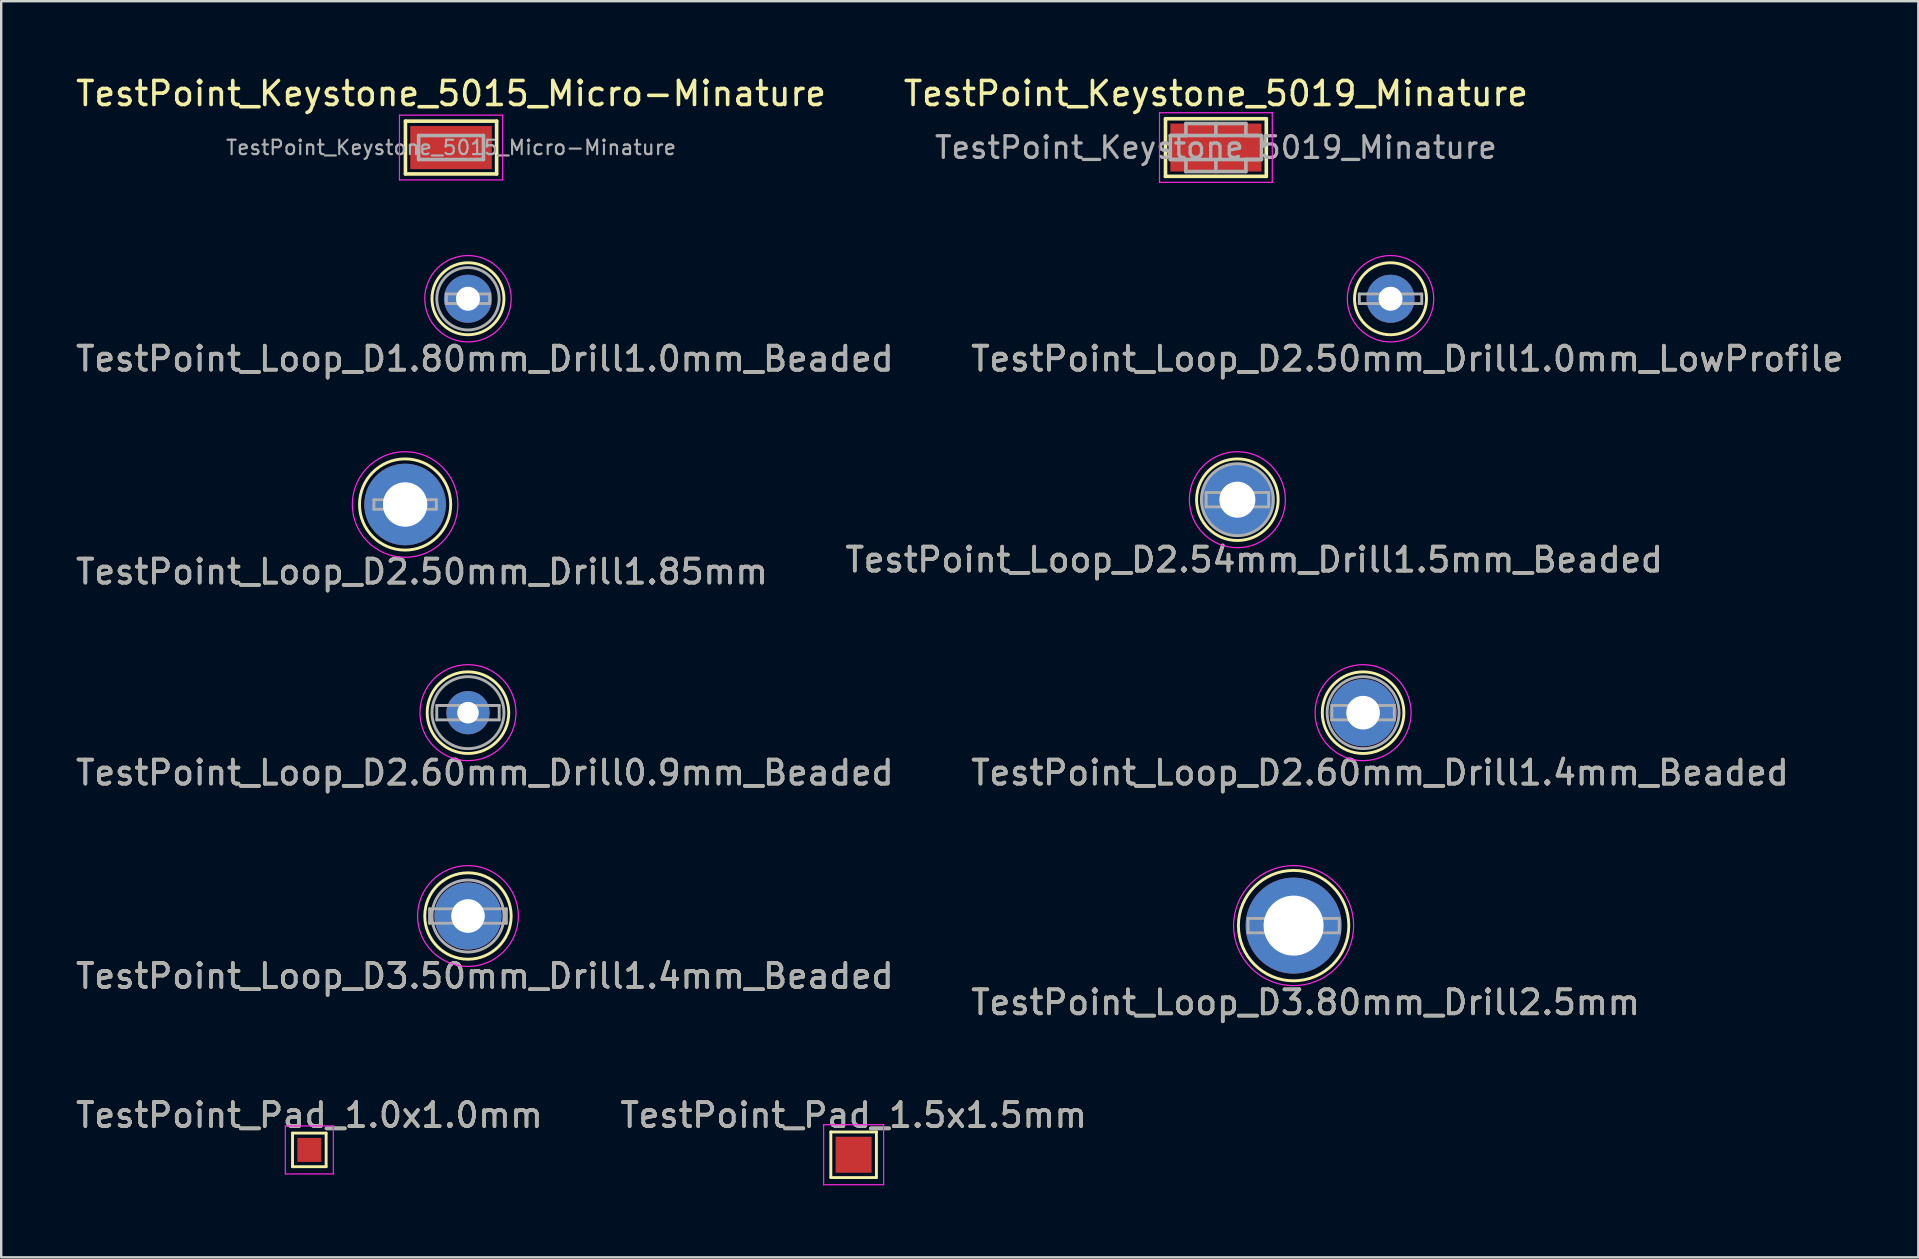
<source format=kicad_pcb>
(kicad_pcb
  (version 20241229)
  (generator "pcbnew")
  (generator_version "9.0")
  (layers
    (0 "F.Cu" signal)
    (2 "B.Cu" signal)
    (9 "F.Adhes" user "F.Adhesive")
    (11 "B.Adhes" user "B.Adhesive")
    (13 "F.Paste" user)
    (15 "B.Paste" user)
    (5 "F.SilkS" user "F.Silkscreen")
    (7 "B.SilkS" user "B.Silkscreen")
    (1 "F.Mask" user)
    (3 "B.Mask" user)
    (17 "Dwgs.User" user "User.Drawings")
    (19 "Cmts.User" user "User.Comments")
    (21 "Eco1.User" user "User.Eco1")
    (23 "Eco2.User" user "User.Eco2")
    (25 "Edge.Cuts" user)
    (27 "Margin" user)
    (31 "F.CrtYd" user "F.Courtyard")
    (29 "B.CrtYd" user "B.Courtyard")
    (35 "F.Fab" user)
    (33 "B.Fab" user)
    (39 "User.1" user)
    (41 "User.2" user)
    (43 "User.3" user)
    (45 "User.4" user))
  (footprint "TestPoint_Pad_1.5x1.5mm"
    (layer "F.Cu")
    (at 32.518 45.065)
    (property "Reference" "TestPoint_Pad_1.5x1.5mm" (at 0 -1.648 0) (layer "F.SilkS") (effects (font (size 1 1) (thickness 0.15))))
    (attr exclude_from_pos_files exclude_from_bom)
    (fp_line (start -0.95 -0.95) (end 0.95 -0.95) (stroke (width 0.12) (type solid)) (layer "F.SilkS"))
    (fp_line (start -0.95 0.95) (end -0.95 -0.95) (stroke (width 0.12) (type solid)) (layer "F.SilkS"))
    (fp_line (start 0.95 -0.95) (end 0.95 0.95) (stroke (width 0.12) (type solid)) (layer "F.SilkS"))
    (fp_line (start 0.95 0.95) (end -0.95 0.95) (stroke (width 0.12) (type solid)) (layer "F.SilkS"))
    (fp_line (start -1.25 -1.25) (end -1.25 1.25) (stroke (width 0.05) (type solid)) (layer "F.CrtYd"))
    (fp_line (start -1.25 -1.25) (end 1.25 -1.25) (stroke (width 0.05) (type solid)) (layer "F.CrtYd"))
    (fp_line (start 1.25 1.25) (end -1.25 1.25) (stroke (width 0.05) (type solid)) (layer "F.CrtYd"))
    (fp_line (start 1.25 1.25) (end 1.25 -1.25) (stroke (width 0.05) (type solid)) (layer "F.CrtYd"))
    (fp_text user "${REFERENCE}" (at 0 -1.65 0) (layer "F.Fab") (effects (font (size 1 1) (thickness 0.15))))
    (pad "1" smd rect (at 0 0) (size 1.5 1.5) (layers "F.Cu" "F.Mask")))
  (footprint "TestPoint_Loop_D2.50mm_Drill1.85mm"
    (layer "F.Cu")
    (at 13.83 17.971)
    (property "Reference" "TestPoint_Loop_D2.50mm_Drill1.85mm" (at 0.7 2.8 0) (layer "F.SilkS") (effects (font (size 1 1) (thickness 0.15))))
    (attr through_hole)
    (fp_circle (center 0 0) (end 1.9 0) (stroke (width 0.12) (type solid)) (fill no) (layer "F.SilkS"))
    (fp_circle (center 0 0) (end 2.2 0) (stroke (width 0.05) (type solid)) (fill no) (layer "F.CrtYd"))
    (fp_line (start -1.3 -0.2) (end -1.3 0.2) (stroke (width 0.12) (type solid)) (layer "F.Fab"))
    (fp_line (start -1.3 0.2) (end 1.3 0.2) (stroke (width 0.12) (type solid)) (layer "F.Fab"))
    (fp_line (start 1.3 -0.2) (end -1.3 -0.2) (stroke (width 0.12) (type solid)) (layer "F.Fab"))
    (fp_line (start 1.3 0.2) (end 1.3 -0.2) (stroke (width 0.12) (type solid)) (layer "F.Fab"))
    (fp_text user "${REFERENCE}" (at 0.7 2.8 0) (layer "F.Fab") (effects (font (size 1 1) (thickness 0.15))))
    (pad "1" thru_hole circle (at 0 0) (size 3.4 3.4) (drill 1.85) (layers "*.Cu" "*.Mask")))
  (footprint "TestPoint_Loop_D2.60mm_Drill1.4mm_Beaded"
    (layer "F.Cu")
    (at 53.746 26.645)
    (property "Reference" "TestPoint_Loop_D2.60mm_Drill1.4mm_Beaded" (at 0.7 2.5 0) (layer "F.SilkS") (effects (font (size 1 1) (thickness 0.15))))
    (attr through_hole)
    (fp_circle (center 0 0) (end 1.7 0) (stroke (width 0.12) (type solid)) (fill no) (layer "F.SilkS"))
    (fp_circle (center 0 0) (end 2 0) (stroke (width 0.05) (type solid)) (fill no) (layer "F.CrtYd"))
    (fp_line (start -1.3 -0.3) (end -1.3 0.3) (stroke (width 0.12) (type solid)) (layer "F.Fab"))
    (fp_line (start -1.3 0.3) (end 1.3 0.3) (stroke (width 0.12) (type solid)) (layer "F.Fab"))
    (fp_line (start 1.3 -0.3) (end -1.3 -0.3) (stroke (width 0.12) (type solid)) (layer "F.Fab"))
    (fp_line (start 1.3 0.3) (end 1.3 -0.3) (stroke (width 0.12) (type solid)) (layer "F.Fab"))
    (fp_circle (center 0 0) (end 1.5 0) (stroke (width 0.12) (type solid)) (fill no) (layer "F.Fab"))
    (fp_text user "${REFERENCE}" (at 0.7 2.5 0) (layer "F.Fab") (effects (font (size 1 1) (thickness 0.15))))
    (pad "1" thru_hole circle (at 0 0) (size 2.8 2.8) (drill 1.4) (layers "*.Cu" "*.Mask")))
  (footprint "TestPoint_Loop_D2.54mm_Drill1.5mm_Beaded"
    (layer "F.Cu")
    (at 48.508 17.771)
    (property "Reference" "TestPoint_Loop_D2.54mm_Drill1.5mm_Beaded" (at 0.7 2.5 0) (layer "F.SilkS") (effects (font (size 1 1) (thickness 0.15))))
    (attr through_hole)
    (fp_circle (center 0 0) (end 1.7 0) (stroke (width 0.12) (type solid)) (fill no) (layer "F.SilkS"))
    (fp_circle (center 0 0) (end 2 0) (stroke (width 0.05) (type solid)) (fill no) (layer "F.CrtYd"))
    (fp_line (start -1.3 -0.3) (end -1.3 0.3) (stroke (width 0.12) (type solid)) (layer "F.Fab"))
    (fp_line (start -1.3 0.3) (end 1.3 0.3) (stroke (width 0.12) (type solid)) (layer "F.Fab"))
    (fp_line (start 1.3 -0.3) (end -1.3 -0.3) (stroke (width 0.12) (type solid)) (layer "F.Fab"))
    (fp_line (start 1.3 0.3) (end 1.3 -0.3) (stroke (width 0.12) (type solid)) (layer "F.Fab"))
    (fp_circle (center 0 0) (end 1.5 0) (stroke (width 0.12) (type solid)) (fill no) (layer "F.Fab"))
    (fp_text user "${REFERENCE}" (at 0.7 2.5 0) (layer "F.Fab") (effects (font (size 1 1) (thickness 0.15))))
    (pad "1" thru_hole circle (at 0 0) (size 3 3) (drill 1.5) (layers "*.Cu" "*.Mask")))
  (footprint "TestPoint_Pad_1.0x1.0mm"
    (layer "F.Cu")
    (at 9.839 44.864)
    (property "Reference" "TestPoint_Pad_1.0x1.0mm" (at 0 -1.448 0) (layer "F.SilkS") (effects (font (size 1 1) (thickness 0.15))))
    (attr exclude_from_pos_files exclude_from_bom)
    (fp_line (start -0.7 -0.7) (end 0.7 -0.7) (stroke (width 0.12) (type solid)) (layer "F.SilkS"))
    (fp_line (start -0.7 0.7) (end -0.7 -0.7) (stroke (width 0.12) (type solid)) (layer "F.SilkS"))
    (fp_line (start 0.7 -0.7) (end 0.7 0.7) (stroke (width 0.12) (type solid)) (layer "F.SilkS"))
    (fp_line (start 0.7 0.7) (end -0.7 0.7) (stroke (width 0.12) (type solid)) (layer "F.SilkS"))
    (fp_line (start -1 -1) (end -1 1) (stroke (width 0.05) (type solid)) (layer "F.CrtYd"))
    (fp_line (start -1 -1) (end 1 -1) (stroke (width 0.05) (type solid)) (layer "F.CrtYd"))
    (fp_line (start 1 1) (end -1 1) (stroke (width 0.05) (type solid)) (layer "F.CrtYd"))
    (fp_line (start 1 1) (end 1 -1) (stroke (width 0.05) (type solid)) (layer "F.CrtYd"))
    (fp_text user "${REFERENCE}" (at 0 -1.45 0) (layer "F.Fab") (effects (font (size 1 1) (thickness 0.15))))
    (pad "1" smd rect (at 0 0) (size 1 1) (layers "F.Cu" "F.Mask")))
  (footprint "TestPoint_Keystone_5019_Minature"
    (layer "F.Cu")
    (at 47.613 3.098)
    (property "Reference" "TestPoint_Keystone_5019_Minature" (at 0 -2.25 0) (layer "F.SilkS") (effects (font (size 1 1) (thickness 0.15))))
    (attr smd)
    (fp_line (start -2.1 -1.2) (end 2.1 -1.2) (stroke (width 0.15) (type solid)) (layer "F.SilkS"))
    (fp_line (start -2.1 1.2) (end -2.1 -1.2) (stroke (width 0.15) (type solid)) (layer "F.SilkS"))
    (fp_line (start 2.1 -1.2) (end 2.1 1.2) (stroke (width 0.15) (type solid)) (layer "F.SilkS"))
    (fp_line (start 2.1 1.2) (end -2.1 1.2) (stroke (width 0.15) (type solid)) (layer "F.SilkS"))
    (fp_line (start -2.35 -1.45) (end 2.35 -1.45) (stroke (width 0.05) (type solid)) (layer "F.CrtYd"))
    (fp_line (start -2.35 1.45) (end -2.35 -1.45) (stroke (width 0.05) (type solid)) (layer "F.CrtYd"))
    (fp_line (start 2.35 -1.45) (end 2.35 1.45) (stroke (width 0.05) (type solid)) (layer "F.CrtYd"))
    (fp_line (start 2.35 1.45) (end -2.35 1.45) (stroke (width 0.05) (type solid)) (layer "F.CrtYd"))
    (fp_line (start -1.9 -0.5) (end -1.9 0.5) (stroke (width 0.15) (type solid)) (layer "F.Fab"))
    (fp_line (start -1.9 -0.5) (end 1.9 -0.5) (stroke (width 0.15) (type solid)) (layer "F.Fab"))
    (fp_line (start -1.75 0.5) (end -1.25 0.5) (stroke (width 0.15) (type solid)) (layer "F.Fab"))
    (fp_line (start -1.25 -1) (end -1.25 -0.5) (stroke (width 0.15) (type solid)) (layer "F.Fab"))
    (fp_line (start -1.25 -0.5) (end -1.75 -0.5) (stroke (width 0.15) (type solid)) (layer "F.Fab"))
    (fp_line (start -1.25 0.5) (end -1.25 1) (stroke (width 0.15) (type solid)) (layer "F.Fab"))
    (fp_line (start -1.25 1) (end 1.25 1) (stroke (width 0.15) (type solid)) (layer "F.Fab"))
    (fp_line (start 0 -1) (end 0 -0.5) (stroke (width 0.15) (type solid)) (layer "F.Fab"))
    (fp_line (start 0 0.5) (end 0 1) (stroke (width 0.15) (type solid)) (layer "F.Fab"))
    (fp_line (start 1.25 -1) (end -1.25 -1) (stroke (width 0.15) (type solid)) (layer "F.Fab"))
    (fp_line (start 1.25 -0.5) (end 1.25 -1) (stroke (width 0.15) (type solid)) (layer "F.Fab"))
    (fp_line (start 1.25 0.5) (end 1.75 0.5) (stroke (width 0.15) (type solid)) (layer "F.Fab"))
    (fp_line (start 1.25 1) (end 1.25 0.5) (stroke (width 0.15) (type solid)) (layer "F.Fab"))
    (fp_line (start 1.75 -0.5) (end 1.25 -0.5) (stroke (width 0.15) (type solid)) (layer "F.Fab"))
    (fp_line (start 1.9 0.5) (end -1.9 0.5) (stroke (width 0.15) (type solid)) (layer "F.Fab"))
    (fp_line (start 1.9 0.5) (end 1.9 -0.5) (stroke (width 0.15) (type solid)) (layer "F.Fab"))
    (fp_text user "${REFERENCE}" (at 0 0 0) (layer "F.Fab") (effects (font (size 0.9 0.9) (thickness 0.135))))
    (pad "1" smd rect (at 0 0) (size 3.8 2) (layers "F.Cu" "F.Mask" "F.Paste")))
  (footprint "TestPoint_Loop_D2.60mm_Drill0.9mm_Beaded"
    (layer "F.Cu")
    (at 16.449 26.645)
    (property "Reference" "TestPoint_Loop_D2.60mm_Drill0.9mm_Beaded" (at 0.7 2.5 0) (layer "F.SilkS") (effects (font (size 1 1) (thickness 0.15))))
    (attr through_hole)
    (fp_circle (center 0 0) (end 1.7 0) (stroke (width 0.12) (type solid)) (fill no) (layer "F.SilkS"))
    (fp_circle (center 0 0) (end 2 0) (stroke (width 0.05) (type solid)) (fill no) (layer "F.CrtYd"))
    (fp_line (start -1.3 -0.3) (end -1.3 0.3) (stroke (width 0.12) (type solid)) (layer "F.Fab"))
    (fp_line (start -1.3 0.3) (end 1.3 0.3) (stroke (width 0.12) (type solid)) (layer "F.Fab"))
    (fp_line (start 1.3 -0.3) (end -1.3 -0.3) (stroke (width 0.12) (type solid)) (layer "F.Fab"))
    (fp_line (start 1.3 0.3) (end 1.3 -0.3) (stroke (width 0.12) (type solid)) (layer "F.Fab"))
    (fp_circle (center 0 0) (end 1.5 0) (stroke (width 0.12) (type solid)) (fill no) (layer "F.Fab"))
    (fp_text user "${REFERENCE}" (at 0.7 2.5 0) (layer "F.Fab") (effects (font (size 1 1) (thickness 0.15))))
    (pad "1" thru_hole circle (at 0 0) (size 1.8 1.8) (drill 0.9) (layers "*.Cu" "*.Mask")))
  (footprint "TestPoint_Loop_D3.80mm_Drill2.5mm"
    (layer "F.Cu")
    (at 50.851 35.518)
    (property "Reference" "TestPoint_Loop_D3.80mm_Drill2.5mm" (at 0.5 3.2 0) (layer "F.SilkS") (effects (font (size 1 1) (thickness 0.15))))
    (attr through_hole)
    (fp_circle (center 0 0) (end 2.3 0) (stroke (width 0.12) (type solid)) (fill no) (layer "F.SilkS"))
    (fp_circle (center 0 0) (end 2.5 0) (stroke (width 0.05) (type solid)) (fill no) (layer "F.CrtYd"))
    (fp_line (start -1.9 -0.3) (end -1.9 0.3) (stroke (width 0.12) (type solid)) (layer "F.Fab"))
    (fp_line (start -1.9 0.3) (end 1.9 0.3) (stroke (width 0.12) (type solid)) (layer "F.Fab"))
    (fp_line (start 1.9 -0.3) (end -1.9 -0.3) (stroke (width 0.12) (type solid)) (layer "F.Fab"))
    (fp_line (start 1.9 0.3) (end 1.9 -0.3) (stroke (width 0.12) (type solid)) (layer "F.Fab"))
    (fp_text user "${REFERENCE}" (at 0.5 3.2 0) (layer "F.Fab") (effects (font (size 1 1) (thickness 0.15))))
    (pad "1" thru_hole circle (at 0 0) (size 4 4) (drill 2.5) (layers "*.Cu" "*.Mask")))
  (footprint "TestPoint_Keystone_5015_Micro-Minature"
    (layer "F.Cu")
    (at 15.744 3.098)
    (property "Reference" "TestPoint_Keystone_5015_Micro-Minature" (at 0 -2.25 0) (layer "F.SilkS") (effects (font (size 1 1) (thickness 0.15))))
    (attr smd)
    (fp_line (start -1.9 -1.1) (end 1.9 -1.1) (stroke (width 0.15) (type solid)) (layer "F.SilkS"))
    (fp_line (start -1.9 1.1) (end -1.9 -1.1) (stroke (width 0.15) (type solid)) (layer "F.SilkS"))
    (fp_line (start 1.9 -1.1) (end 1.9 1.1) (stroke (width 0.15) (type solid)) (layer "F.SilkS"))
    (fp_line (start 1.9 1.1) (end -1.9 1.1) (stroke (width 0.15) (type solid)) (layer "F.SilkS"))
    (fp_line (start -2.15 -1.35) (end 2.15 -1.35) (stroke (width 0.05) (type solid)) (layer "F.CrtYd"))
    (fp_line (start -2.15 1.35) (end -2.15 -1.35) (stroke (width 0.05) (type solid)) (layer "F.CrtYd"))
    (fp_line (start 2.15 -1.35) (end 2.15 1.35) (stroke (width 0.05) (type solid)) (layer "F.CrtYd"))
    (fp_line (start 2.15 1.35) (end -2.15 1.35) (stroke (width 0.05) (type solid)) (layer "F.CrtYd"))
    (fp_line (start -1.35 0.5) (end -1.35 -0.5) (stroke (width 0.15) (type solid)) (layer "F.Fab"))
    (fp_line (start -1.35 0.5) (end 1.35 0.5) (stroke (width 0.15) (type solid)) (layer "F.Fab"))
    (fp_line (start 1.35 -0.5) (end -1.35 -0.5) (stroke (width 0.15) (type solid)) (layer "F.Fab"))
    (fp_line (start 1.35 -0.5) (end 1.35 0.5) (stroke (width 0.15) (type solid)) (layer "F.Fab"))
    (fp_text user "${REFERENCE}" (at 0 0 0) (layer "F.Fab") (effects (font (size 0.6 0.6) (thickness 0.09))))
    (pad "1" smd rect (at 0 0) (size 3.4 1.8) (layers "F.Cu" "F.Mask" "F.Paste")))
  (footprint "TestPoint_Loop_D3.50mm_Drill1.4mm_Beaded"
    (layer "F.Cu")
    (at 16.449 35.118)
    (property "Reference" "TestPoint_Loop_D3.50mm_Drill1.4mm_Beaded" (at 0.7 2.5 0) (layer "F.SilkS") (effects (font (size 1 1) (thickness 0.15))))
    (attr through_hole)
    (fp_circle (center 0 0) (end 1.8 0) (stroke (width 0.12) (type solid)) (fill no) (layer "F.SilkS"))
    (fp_circle (center 0 0) (end 2.1 0) (stroke (width 0.05) (type solid)) (fill no) (layer "F.CrtYd"))
    (fp_line (start -1.6 -0.3) (end -1.6 0.3) (stroke (width 0.12) (type solid)) (layer "F.Fab"))
    (fp_line (start -1.6 0.3) (end 1.6 0.3) (stroke (width 0.12) (type solid)) (layer "F.Fab"))
    (fp_line (start 1.6 -0.3) (end -1.6 -0.3) (stroke (width 0.12) (type solid)) (layer "F.Fab"))
    (fp_line (start 1.6 0.3) (end 1.6 -0.3) (stroke (width 0.12) (type solid)) (layer "F.Fab"))
    (fp_circle (center 0 0) (end 1.5 0) (stroke (width 0.12) (type solid)) (fill no) (layer "F.Fab"))
    (fp_text user "${REFERENCE}" (at 0.7 2.5 0) (layer "F.Fab") (effects (font (size 1 1) (thickness 0.15))))
    (pad "1" thru_hole circle (at 0 0) (size 2.8 2.8) (drill 1.4) (layers "*.Cu" "*.Mask")))
  (footprint "TestPoint_Loop_D1.80mm_Drill1.0mm_Beaded"
    (layer "F.Cu")
    (at 16.449 9.398)
    (property "Reference" "TestPoint_Loop_D1.80mm_Drill1.0mm_Beaded" (at 0.7 2.5 0) (layer "F.SilkS") (effects (font (size 1 1) (thickness 0.15))))
    (attr through_hole)
    (fp_circle (center 0 0) (end 1.5 0) (stroke (width 0.12) (type solid)) (fill no) (layer "F.SilkS"))
    (fp_circle (center 0 0) (end 1.8 0) (stroke (width 0.05) (type solid)) (fill no) (layer "F.CrtYd"))
    (fp_line (start -0.9 -0.2) (end 0.9 -0.2) (stroke (width 0.12) (type solid)) (layer "F.Fab"))
    (fp_line (start -0.9 0.2) (end -0.9 -0.2) (stroke (width 0.12) (type solid)) (layer "F.Fab"))
    (fp_line (start 0.9 -0.2) (end 0.9 0.2) (stroke (width 0.12) (type solid)) (layer "F.Fab"))
    (fp_line (start 0.9 0.2) (end -0.9 0.2) (stroke (width 0.12) (type solid)) (layer "F.Fab"))
    (fp_circle (center 0 0) (end 1.3 0) (stroke (width 0.12) (type solid)) (fill no) (layer "F.Fab"))
    (fp_text user "${REFERENCE}" (at 0.7 2.5 0) (layer "F.Fab") (effects (font (size 1 1) (thickness 0.15))))
    (pad "1" thru_hole circle (at 0 0) (size 2 2) (drill 1) (layers "*.Cu" "*.Mask")))
  (footprint "TestPoint_Loop_D2.50mm_Drill1.0mm_LowProfile"
    (layer "F.Cu")
    (at 54.889 9.398)
    (property "Reference" "TestPoint_Loop_D2.50mm_Drill1.0mm_LowProfile" (at 0.7 2.5 0) (layer "F.SilkS") (effects (font (size 1 1) (thickness 0.15))))
    (attr through_hole)
    (fp_circle (center 0 0) (end 1.5 0) (stroke (width 0.12) (type solid)) (fill no) (layer "F.SilkS"))
    (fp_circle (center 0 0) (end 1.8 0) (stroke (width 0.05) (type solid)) (fill no) (layer "F.CrtYd"))
    (fp_line (start -1.3 -0.2) (end -1.3 0.2) (stroke (width 0.12) (type solid)) (layer "F.Fab"))
    (fp_line (start -1.3 0.2) (end 1.3 0.2) (stroke (width 0.12) (type solid)) (layer "F.Fab"))
    (fp_line (start 1.3 -0.2) (end -1.3 -0.2) (stroke (width 0.12) (type solid)) (layer "F.Fab"))
    (fp_line (start 1.3 0.2) (end 1.3 -0.2) (stroke (width 0.12) (type solid)) (layer "F.Fab"))
    (fp_text user "${REFERENCE}" (at 0.7 2.5 0) (layer "F.Fab") (effects (font (size 1 1) (thickness 0.15))))
    (pad "1" thru_hole circle (at 0 0) (size 2 2) (drill 1) (layers "*.Cu" "*.Mask")))
  (gr_rect
    (start -3 -3)
    (end 76.881 49.34)
    (stroke (width 0.1) (type default))
    (fill no)
    (layer "Edge.Cuts")))
</source>
